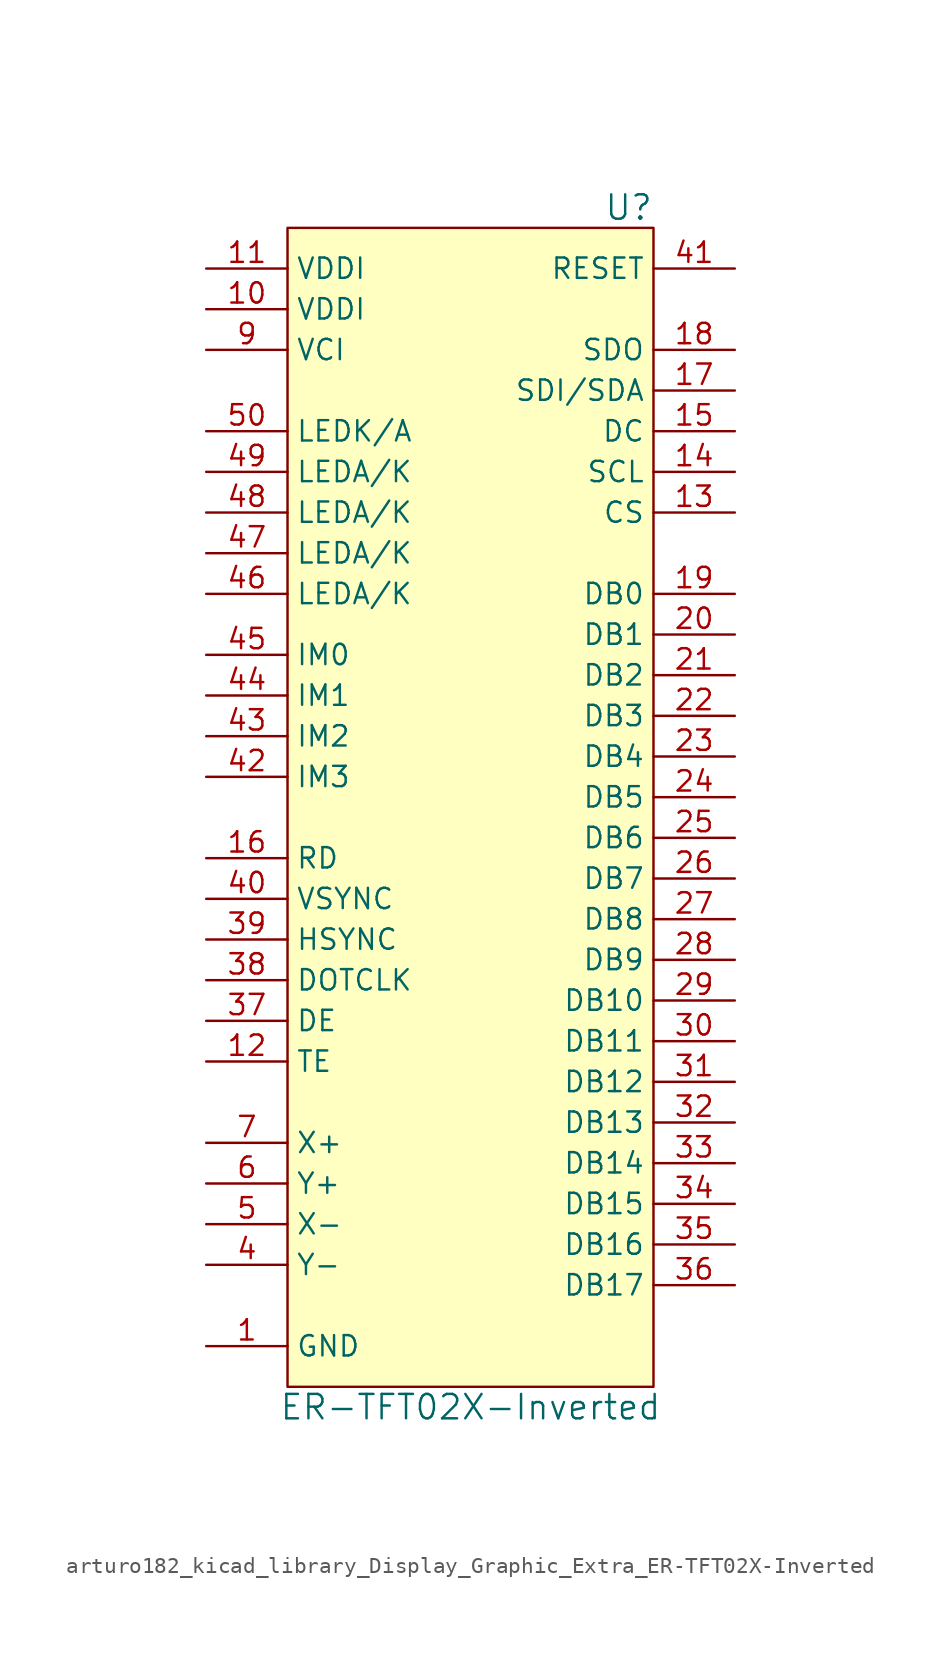
<source format=kicad_sym>
(kicad_symbol_lib
  (version 20220914)
  (generator kicad_symbol_editor)
  (symbol "arturo182_kicad_library_Display_Graphic_Extra_ER-TFT02X-Inverted"
    (property "Reference" "U"
      (at 11.43 36.83 0)
      (effects (font (size 1.524 1.524)) (justify right)))
    (property "Value" "ER-TFT02X-Inverted"
      (at 0 -38.1 0)
      (effects (font (size 1.524 1.524))))
    (symbol "arturo182_kicad_library_Display_Graphic_Extra_ER-TFT02X-Inverted_0_1"
      (rectangle (start -11.43 35.56) (end 11.43 -36.83) (stroke (width 0) (type default)) (fill (type background))))
    (symbol "arturo182_kicad_library_Display_Graphic_Extra_ER-TFT02X-Inverted_1_1"
      (pin power_in line (at -16.51 -34.29 0) (length 5.08) (name "GND" (effects (font (size 1.27 1.27)))) (number "1" (effects (font (size 1.27 1.27)))))
      (pin power_in line (at -16.51 30.48 0) (length 5.08) (name "VDDI" (effects (font (size 1.27 1.27)))) (number "10" (effects (font (size 1.27 1.27)))))
      (pin power_in line (at -16.51 33.02 0) (length 5.08) (name "VDDI" (effects (font (size 1.27 1.27)))) (number "11" (effects (font (size 1.27 1.27)))))
      (pin input line (at -16.51 -16.51 0) (length 5.08) (name "TE" (effects (font (size 1.27 1.27)))) (number "12" (effects (font (size 1.27 1.27)))))
      (pin input line (at 16.51 17.78 180) (length 5.08) (name "CS" (effects (font (size 1.27 1.27)))) (number "13" (effects (font (size 1.27 1.27)))))
      (pin input line (at 16.51 20.32 180) (length 5.08) (name "SCL" (effects (font (size 1.27 1.27)))) (number "14" (effects (font (size 1.27 1.27)))))
      (pin input line (at 16.51 22.86 180) (length 5.08) (name "DC" (effects (font (size 1.27 1.27)))) (number "15" (effects (font (size 1.27 1.27)))))
      (pin input line (at -16.51 -3.81 0) (length 5.08) (name "RD" (effects (font (size 1.27 1.27)))) (number "16" (effects (font (size 1.27 1.27)))))
      (pin input line (at 16.51 25.4 180) (length 5.08) (name "SDI/SDA" (effects (font (size 1.27 1.27)))) (number "17" (effects (font (size 1.27 1.27)))))
      (pin output line (at 16.51 27.94 180) (length 5.08) (name "SDO" (effects (font (size 1.27 1.27)))) (number "18" (effects (font (size 1.27 1.27)))))
      (pin input line (at 16.51 12.7 180) (length 5.08) (name "DB0" (effects (font (size 1.27 1.27)))) (number "19" (effects (font (size 1.27 1.27)))))
      (pin passive line (at -16.51 -34.29 0) (length 5.08) hide (name "GND" (effects (font (size 1.27 1.27)))) (number "2" (effects (font (size 1.27 1.27)))))
      (pin input line (at 16.51 10.16 180) (length 5.08) (name "DB1" (effects (font (size 1.27 1.27)))) (number "20" (effects (font (size 1.27 1.27)))))
      (pin input line (at 16.51 7.62 180) (length 5.08) (name "DB2" (effects (font (size 1.27 1.27)))) (number "21" (effects (font (size 1.27 1.27)))))
      (pin input line (at 16.51 5.08 180) (length 5.08) (name "DB3" (effects (font (size 1.27 1.27)))) (number "22" (effects (font (size 1.27 1.27)))))
      (pin input line (at 16.51 2.54 180) (length 5.08) (name "DB4" (effects (font (size 1.27 1.27)))) (number "23" (effects (font (size 1.27 1.27)))))
      (pin input line (at 16.51 0 180) (length 5.08) (name "DB5" (effects (font (size 1.27 1.27)))) (number "24" (effects (font (size 1.27 1.27)))))
      (pin input line (at 16.51 -2.54 180) (length 5.08) (name "DB6" (effects (font (size 1.27 1.27)))) (number "25" (effects (font (size 1.27 1.27)))))
      (pin input line (at 16.51 -5.08 180) (length 5.08) (name "DB7" (effects (font (size 1.27 1.27)))) (number "26" (effects (font (size 1.27 1.27)))))
      (pin input line (at 16.51 -7.62 180) (length 5.08) (name "DB8" (effects (font (size 1.27 1.27)))) (number "27" (effects (font (size 1.27 1.27)))))
      (pin input line (at 16.51 -10.16 180) (length 5.08) (name "DB9" (effects (font (size 1.27 1.27)))) (number "28" (effects (font (size 1.27 1.27)))))
      (pin input line (at 16.51 -12.7 180) (length 5.08) (name "DB10" (effects (font (size 1.27 1.27)))) (number "29" (effects (font (size 1.27 1.27)))))
      (pin passive line (at -16.51 -34.29 0) (length 5.08) hide (name "GND" (effects (font (size 1.27 1.27)))) (number "3" (effects (font (size 1.27 1.27)))))
      (pin input line (at 16.51 -15.24 180) (length 5.08) (name "DB11" (effects (font (size 1.27 1.27)))) (number "30" (effects (font (size 1.27 1.27)))))
      (pin input line (at 16.51 -17.78 180) (length 5.08) (name "DB12" (effects (font (size 1.27 1.27)))) (number "31" (effects (font (size 1.27 1.27)))))
      (pin input line (at 16.51 -20.32 180) (length 5.08) (name "DB13" (effects (font (size 1.27 1.27)))) (number "32" (effects (font (size 1.27 1.27)))))
      (pin input line (at 16.51 -22.86 180) (length 5.08) (name "DB14" (effects (font (size 1.27 1.27)))) (number "33" (effects (font (size 1.27 1.27)))))
      (pin input line (at 16.51 -25.4 180) (length 5.08) (name "DB15" (effects (font (size 1.27 1.27)))) (number "34" (effects (font (size 1.27 1.27)))))
      (pin input line (at 16.51 -27.94 180) (length 5.08) (name "DB16" (effects (font (size 1.27 1.27)))) (number "35" (effects (font (size 1.27 1.27)))))
      (pin input line (at 16.51 -30.48 180) (length 5.08) (name "DB17" (effects (font (size 1.27 1.27)))) (number "36" (effects (font (size 1.27 1.27)))))
      (pin input line (at -16.51 -13.97 0) (length 5.08) (name "DE" (effects (font (size 1.27 1.27)))) (number "37" (effects (font (size 1.27 1.27)))))
      (pin input line (at -16.51 -11.43 0) (length 5.08) (name "DOTCLK" (effects (font (size 1.27 1.27)))) (number "38" (effects (font (size 1.27 1.27)))))
      (pin input line (at -16.51 -8.89 0) (length 5.08) (name "HSYNC" (effects (font (size 1.27 1.27)))) (number "39" (effects (font (size 1.27 1.27)))))
      (pin output line (at -16.51 -29.21 0) (length 5.08) (name "Y-" (effects (font (size 1.27 1.27)))) (number "4" (effects (font (size 1.27 1.27)))))
      (pin input line (at -16.51 -6.35 0) (length 5.08) (name "VSYNC" (effects (font (size 1.27 1.27)))) (number "40" (effects (font (size 1.27 1.27)))))
      (pin input line (at 16.51 33.02 180) (length 5.08) (name "RESET" (effects (font (size 1.27 1.27)))) (number "41" (effects (font (size 1.27 1.27)))))
      (pin input line (at -16.51 1.27 0) (length 5.08) (name "IM3" (effects (font (size 1.27 1.27)))) (number "42" (effects (font (size 1.27 1.27)))))
      (pin input line (at -16.51 3.81 0) (length 5.08) (name "IM2" (effects (font (size 1.27 1.27)))) (number "43" (effects (font (size 1.27 1.27)))))
      (pin input line (at -16.51 6.35 0) (length 5.08) (name "IM1" (effects (font (size 1.27 1.27)))) (number "44" (effects (font (size 1.27 1.27)))))
      (pin input line (at -16.51 8.89 0) (length 5.08) (name "IM0" (effects (font (size 1.27 1.27)))) (number "45" (effects (font (size 1.27 1.27)))))
      (pin input line (at -16.51 12.7 0) (length 5.08) (name "LEDA/K" (effects (font (size 1.27 1.27)))) (number "46" (effects (font (size 1.27 1.27)))))
      (pin input line (at -16.51 15.24 0) (length 5.08) (name "LEDA/K" (effects (font (size 1.27 1.27)))) (number "47" (effects (font (size 1.27 1.27)))))
      (pin input line (at -16.51 17.78 0) (length 5.08) (name "LEDA/K" (effects (font (size 1.27 1.27)))) (number "48" (effects (font (size 1.27 1.27)))))
      (pin input line (at -16.51 20.32 0) (length 5.08) (name "LEDA/K" (effects (font (size 1.27 1.27)))) (number "49" (effects (font (size 1.27 1.27)))))
      (pin output line (at -16.51 -26.67 0) (length 5.08) (name "X-" (effects (font (size 1.27 1.27)))) (number "5" (effects (font (size 1.27 1.27)))))
      (pin input line (at -16.51 22.86 0) (length 5.08) (name "LEDK/A" (effects (font (size 1.27 1.27)))) (number "50" (effects (font (size 1.27 1.27)))))
      (pin output line (at -16.51 -24.13 0) (length 5.08) (name "Y+" (effects (font (size 1.27 1.27)))) (number "6" (effects (font (size 1.27 1.27)))))
      (pin output line (at -16.51 -21.59 0) (length 5.08) (name "X+" (effects (font (size 1.27 1.27)))) (number "7" (effects (font (size 1.27 1.27)))))
      (pin passive line (at -16.51 -34.29 0) (length 5.08) hide (name "GND" (effects (font (size 1.27 1.27)))) (number "8" (effects (font (size 1.27 1.27)))))
      (pin power_in line (at -16.51 27.94 0) (length 5.08) (name "VCI" (effects (font (size 1.27 1.27)))) (number "9" (effects (font (size 1.27 1.27))))))))
</source>
